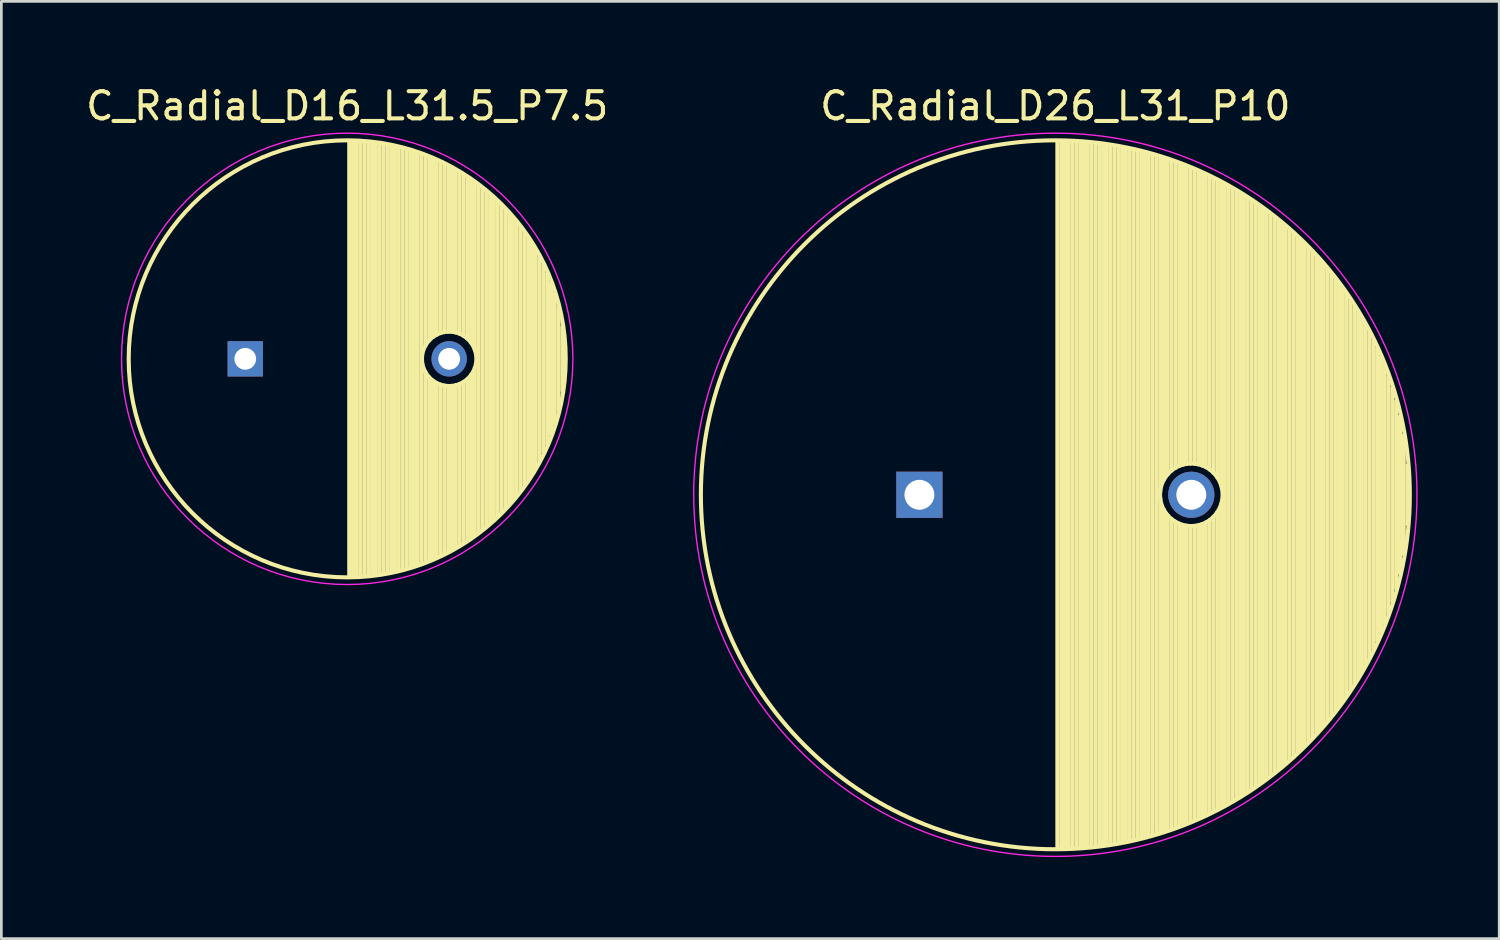
<source format=kicad_pcb>
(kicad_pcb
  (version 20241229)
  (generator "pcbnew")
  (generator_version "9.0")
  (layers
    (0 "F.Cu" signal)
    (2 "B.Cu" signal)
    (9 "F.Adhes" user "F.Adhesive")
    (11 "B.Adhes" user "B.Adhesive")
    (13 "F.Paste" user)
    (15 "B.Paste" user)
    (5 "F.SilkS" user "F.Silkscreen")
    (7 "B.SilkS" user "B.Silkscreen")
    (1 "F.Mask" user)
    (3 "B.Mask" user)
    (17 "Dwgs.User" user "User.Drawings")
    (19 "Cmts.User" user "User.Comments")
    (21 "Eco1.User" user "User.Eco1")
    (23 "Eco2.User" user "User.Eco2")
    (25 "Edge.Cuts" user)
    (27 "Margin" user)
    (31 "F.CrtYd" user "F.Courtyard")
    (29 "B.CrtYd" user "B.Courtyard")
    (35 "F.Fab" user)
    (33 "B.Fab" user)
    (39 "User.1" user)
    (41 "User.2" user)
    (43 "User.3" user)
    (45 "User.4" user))
  (footprint "C_Radial_D16_L31.5_P7.5"
    (layer "F.Cu")
    (at 5.97 10.148)
    (property "Reference" "C_Radial_D16_L31.5_P7.5" (at 3.75 -9.3 0) (layer "F.SilkS") (effects (font (size 1 1) (thickness 0.15))))
    (attr through_hole)
    (fp_line (start 3.825 -8) (end 3.825 8) (stroke (width 0.15) (type solid)) (layer "F.SilkS"))
    (fp_line (start 3.965 -7.997) (end 3.965 7.997) (stroke (width 0.15) (type solid)) (layer "F.SilkS"))
    (fp_line (start 4.105 -7.992) (end 4.105 7.992) (stroke (width 0.15) (type solid)) (layer "F.SilkS"))
    (fp_line (start 4.245 -7.985) (end 4.245 7.985) (stroke (width 0.15) (type solid)) (layer "F.SilkS"))
    (fp_line (start 4.385 -7.975) (end 4.385 7.975) (stroke (width 0.15) (type solid)) (layer "F.SilkS"))
    (fp_line (start 4.525 -7.962) (end 4.525 7.962) (stroke (width 0.15) (type solid)) (layer "F.SilkS"))
    (fp_line (start 4.665 -7.948) (end 4.665 7.948) (stroke (width 0.15) (type solid)) (layer "F.SilkS"))
    (fp_line (start 4.805 -7.93) (end 4.805 7.93) (stroke (width 0.15) (type solid)) (layer "F.SilkS"))
    (fp_line (start 4.945 -7.91) (end 4.945 7.91) (stroke (width 0.15) (type solid)) (layer "F.SilkS"))
    (fp_line (start 5.085 -7.888) (end 5.085 7.888) (stroke (width 0.15) (type solid)) (layer "F.SilkS"))
    (fp_line (start 5.225 -7.863) (end 5.225 7.863) (stroke (width 0.15) (type solid)) (layer "F.SilkS"))
    (fp_line (start 5.365 -7.835) (end 5.365 7.835) (stroke (width 0.15) (type solid)) (layer "F.SilkS"))
    (fp_line (start 5.505 -7.805) (end 5.505 7.805) (stroke (width 0.15) (type solid)) (layer "F.SilkS"))
    (fp_line (start 5.645 -7.772) (end 5.645 7.772) (stroke (width 0.15) (type solid)) (layer "F.SilkS"))
    (fp_line (start 5.785 -7.737) (end 5.785 7.737) (stroke (width 0.15) (type solid)) (layer "F.SilkS"))
    (fp_line (start 5.925 -7.699) (end 5.925 7.699) (stroke (width 0.15) (type solid)) (layer "F.SilkS"))
    (fp_line (start 6.065 -7.658) (end 6.065 7.658) (stroke (width 0.15) (type solid)) (layer "F.SilkS"))
    (fp_line (start 6.205 -7.614) (end 6.205 7.614) (stroke (width 0.15) (type solid)) (layer "F.SilkS"))
    (fp_line (start 6.345 -7.567) (end 6.345 7.567) (stroke (width 0.15) (type solid)) (layer "F.SilkS"))
    (fp_line (start 6.485 -7.518) (end 6.485 7.518) (stroke (width 0.15) (type solid)) (layer "F.SilkS"))
    (fp_line (start 6.625 -7.466) (end 6.625 -0.484) (stroke (width 0.15) (type solid)) (layer "F.SilkS"))
    (fp_line (start 6.625 0.484) (end 6.625 7.466) (stroke (width 0.15) (type solid)) (layer "F.SilkS"))
    (fp_line (start 6.765 -7.41) (end 6.765 -0.678) (stroke (width 0.15) (type solid)) (layer "F.SilkS"))
    (fp_line (start 6.765 0.678) (end 6.765 7.41) (stroke (width 0.15) (type solid)) (layer "F.SilkS"))
    (fp_line (start 6.905 -7.352) (end 6.905 -0.804) (stroke (width 0.15) (type solid)) (layer "F.SilkS"))
    (fp_line (start 6.905 0.804) (end 6.905 7.352) (stroke (width 0.15) (type solid)) (layer "F.SilkS"))
    (fp_line (start 7.045 -7.29) (end 7.045 -0.89) (stroke (width 0.15) (type solid)) (layer "F.SilkS"))
    (fp_line (start 7.045 0.89) (end 7.045 7.29) (stroke (width 0.15) (type solid)) (layer "F.SilkS"))
    (fp_line (start 7.185 -7.225) (end 7.185 -0.949) (stroke (width 0.15) (type solid)) (layer "F.SilkS"))
    (fp_line (start 7.185 0.949) (end 7.185 7.225) (stroke (width 0.15) (type solid)) (layer "F.SilkS"))
    (fp_line (start 7.325 -7.157) (end 7.325 -0.985) (stroke (width 0.15) (type solid)) (layer "F.SilkS"))
    (fp_line (start 7.325 0.985) (end 7.325 7.157) (stroke (width 0.15) (type solid)) (layer "F.SilkS"))
    (fp_line (start 7.465 -7.085) (end 7.465 -0.999) (stroke (width 0.15) (type solid)) (layer "F.SilkS"))
    (fp_line (start 7.465 0.999) (end 7.465 7.085) (stroke (width 0.15) (type solid)) (layer "F.SilkS"))
    (fp_line (start 7.605 -7.01) (end 7.605 -0.994) (stroke (width 0.15) (type solid)) (layer "F.SilkS"))
    (fp_line (start 7.605 0.994) (end 7.605 7.01) (stroke (width 0.15) (type solid)) (layer "F.SilkS"))
    (fp_line (start 7.745 -6.931) (end 7.745 -0.97) (stroke (width 0.15) (type solid)) (layer "F.SilkS"))
    (fp_line (start 7.745 0.97) (end 7.745 6.931) (stroke (width 0.15) (type solid)) (layer "F.SilkS"))
    (fp_line (start 7.885 -6.848) (end 7.885 -0.923) (stroke (width 0.15) (type solid)) (layer "F.SilkS"))
    (fp_line (start 7.885 0.923) (end 7.885 6.848) (stroke (width 0.15) (type solid)) (layer "F.SilkS"))
    (fp_line (start 8.025 -6.762) (end 8.025 -0.851) (stroke (width 0.15) (type solid)) (layer "F.SilkS"))
    (fp_line (start 8.025 0.851) (end 8.025 6.762) (stroke (width 0.15) (type solid)) (layer "F.SilkS"))
    (fp_line (start 8.165 -6.671) (end 8.165 -0.747) (stroke (width 0.15) (type solid)) (layer "F.SilkS"))
    (fp_line (start 8.165 0.747) (end 8.165 6.671) (stroke (width 0.15) (type solid)) (layer "F.SilkS"))
    (fp_line (start 8.305 -6.577) (end 8.305 -0.593) (stroke (width 0.15) (type solid)) (layer "F.SilkS"))
    (fp_line (start 8.305 0.593) (end 8.305 6.577) (stroke (width 0.15) (type solid)) (layer "F.SilkS"))
    (fp_line (start 8.445 -6.477) (end 8.445 -0.327) (stroke (width 0.15) (type solid)) (layer "F.SilkS"))
    (fp_line (start 8.445 0.327) (end 8.445 6.477) (stroke (width 0.15) (type solid)) (layer "F.SilkS"))
    (fp_line (start 8.585 -6.374) (end 8.585 6.374) (stroke (width 0.15) (type solid)) (layer "F.SilkS"))
    (fp_line (start 8.725 -6.265) (end 8.725 6.265) (stroke (width 0.15) (type solid)) (layer "F.SilkS"))
    (fp_line (start 8.865 -6.151) (end 8.865 6.151) (stroke (width 0.15) (type solid)) (layer "F.SilkS"))
    (fp_line (start 9.005 -6.032) (end 9.005 6.032) (stroke (width 0.15) (type solid)) (layer "F.SilkS"))
    (fp_line (start 9.145 -5.907) (end 9.145 5.907) (stroke (width 0.15) (type solid)) (layer "F.SilkS"))
    (fp_line (start 9.285 -5.776) (end 9.285 5.776) (stroke (width 0.15) (type solid)) (layer "F.SilkS"))
    (fp_line (start 9.425 -5.639) (end 9.425 5.639) (stroke (width 0.15) (type solid)) (layer "F.SilkS"))
    (fp_line (start 9.565 -5.494) (end 9.565 5.494) (stroke (width 0.15) (type solid)) (layer "F.SilkS"))
    (fp_line (start 9.705 -5.342) (end 9.705 5.342) (stroke (width 0.15) (type solid)) (layer "F.SilkS"))
    (fp_line (start 9.845 -5.182) (end 9.845 5.182) (stroke (width 0.15) (type solid)) (layer "F.SilkS"))
    (fp_line (start 9.985 -5.012) (end 9.985 5.012) (stroke (width 0.15) (type solid)) (layer "F.SilkS"))
    (fp_line (start 10.125 -4.833) (end 10.125 4.833) (stroke (width 0.15) (type solid)) (layer "F.SilkS"))
    (fp_line (start 10.265 -4.643) (end 10.265 4.643) (stroke (width 0.15) (type solid)) (layer "F.SilkS"))
    (fp_line (start 10.405 -4.44) (end 10.405 4.44) (stroke (width 0.15) (type solid)) (layer "F.SilkS"))
    (fp_line (start 10.545 -4.222) (end 10.545 4.222) (stroke (width 0.15) (type solid)) (layer "F.SilkS"))
    (fp_line (start 10.685 -3.988) (end 10.685 3.988) (stroke (width 0.15) (type solid)) (layer "F.SilkS"))
    (fp_line (start 10.825 -3.734) (end 10.825 3.734) (stroke (width 0.15) (type solid)) (layer "F.SilkS"))
    (fp_line (start 10.965 -3.456) (end 10.965 3.456) (stroke (width 0.15) (type solid)) (layer "F.SilkS"))
    (fp_line (start 11.105 -3.147) (end 11.105 3.147) (stroke (width 0.15) (type solid)) (layer "F.SilkS"))
    (fp_line (start 11.245 -2.797) (end 11.245 2.797) (stroke (width 0.15) (type solid)) (layer "F.SilkS"))
    (fp_line (start 11.385 -2.389) (end 11.385 2.389) (stroke (width 0.15) (type solid)) (layer "F.SilkS"))
    (fp_line (start 11.525 -1.884) (end 11.525 1.884) (stroke (width 0.15) (type solid)) (layer "F.SilkS"))
    (fp_line (start 11.665 -1.163) (end 11.665 1.163) (stroke (width 0.15) (type solid)) (layer "F.SilkS"))
    (fp_circle (center 3.75 0) (end 3.75 -8.037) (stroke (width 0.15) (type solid)) (fill no) (layer "F.SilkS"))
    (fp_circle (center 7.5 0) (end 7.5 -1) (stroke (width 0.15) (type solid)) (fill no) (layer "F.SilkS"))
    (fp_circle (center 3.75 0) (end 3.75 -8.3) (stroke (width 0.05) (type solid)) (fill no) (layer "F.CrtYd"))
    (pad "1" thru_hole rect (at 0 0) (size 1.3 1.3) (drill 0.8) (layers "*.Cu" "*.Mask"))
    (pad "2" thru_hole circle (at 7.5 0) (size 1.3 1.3) (drill 0.8) (layers "*.Cu" "*.Mask")))
  (footprint "C_Radial_D26_L31_P10"
    (layer "F.Cu")
    (at 30.765 15.148)
    (property "Reference" "C_Radial_D26_L31_P10" (at 5 -14.3 0) (layer "F.SilkS") (effects (font (size 1 1) (thickness 0.15))))
    (attr through_hole)
    (fp_line (start 5.075 -13) (end 5.075 13) (stroke (width 0.15) (type solid)) (layer "F.SilkS"))
    (fp_line (start 5.215 -12.998) (end 5.215 12.998) (stroke (width 0.15) (type solid)) (layer "F.SilkS"))
    (fp_line (start 5.355 -12.995) (end 5.355 12.995) (stroke (width 0.15) (type solid)) (layer "F.SilkS"))
    (fp_line (start 5.495 -12.991) (end 5.495 12.991) (stroke (width 0.15) (type solid)) (layer "F.SilkS"))
    (fp_line (start 5.635 -12.984) (end 5.635 12.984) (stroke (width 0.15) (type solid)) (layer "F.SilkS"))
    (fp_line (start 5.775 -12.977) (end 5.775 12.977) (stroke (width 0.15) (type solid)) (layer "F.SilkS"))
    (fp_line (start 5.915 -12.968) (end 5.915 12.968) (stroke (width 0.15) (type solid)) (layer "F.SilkS"))
    (fp_line (start 6.055 -12.957) (end 6.055 12.957) (stroke (width 0.15) (type solid)) (layer "F.SilkS"))
    (fp_line (start 6.195 -12.945) (end 6.195 12.945) (stroke (width 0.15) (type solid)) (layer "F.SilkS"))
    (fp_line (start 6.335 -12.931) (end 6.335 12.931) (stroke (width 0.15) (type solid)) (layer "F.SilkS"))
    (fp_line (start 6.475 -12.916) (end 6.475 12.916) (stroke (width 0.15) (type solid)) (layer "F.SilkS"))
    (fp_line (start 6.615 -12.899) (end 6.615 12.899) (stroke (width 0.15) (type solid)) (layer "F.SilkS"))
    (fp_line (start 6.755 -12.881) (end 6.755 12.881) (stroke (width 0.15) (type solid)) (layer "F.SilkS"))
    (fp_line (start 6.895 -12.861) (end 6.895 12.861) (stroke (width 0.15) (type solid)) (layer "F.SilkS"))
    (fp_line (start 7.035 -12.84) (end 7.035 12.84) (stroke (width 0.15) (type solid)) (layer "F.SilkS"))
    (fp_line (start 7.175 -12.817) (end 7.175 12.817) (stroke (width 0.15) (type solid)) (layer "F.SilkS"))
    (fp_line (start 7.315 -12.792) (end 7.315 12.792) (stroke (width 0.15) (type solid)) (layer "F.SilkS"))
    (fp_line (start 7.455 -12.766) (end 7.455 12.766) (stroke (width 0.15) (type solid)) (layer "F.SilkS"))
    (fp_line (start 7.595 -12.738) (end 7.595 12.738) (stroke (width 0.15) (type solid)) (layer "F.SilkS"))
    (fp_line (start 7.735 -12.709) (end 7.735 12.709) (stroke (width 0.15) (type solid)) (layer "F.SilkS"))
    (fp_line (start 7.875 -12.678) (end 7.875 12.678) (stroke (width 0.15) (type solid)) (layer "F.SilkS"))
    (fp_line (start 8.015 -12.646) (end 8.015 12.646) (stroke (width 0.15) (type solid)) (layer "F.SilkS"))
    (fp_line (start 8.155 -12.611) (end 8.155 12.611) (stroke (width 0.15) (type solid)) (layer "F.SilkS"))
    (fp_line (start 8.295 -12.575) (end 8.295 12.575) (stroke (width 0.15) (type solid)) (layer "F.SilkS"))
    (fp_line (start 8.435 -12.538) (end 8.435 12.538) (stroke (width 0.15) (type solid)) (layer "F.SilkS"))
    (fp_line (start 8.575 -12.499) (end 8.575 12.499) (stroke (width 0.15) (type solid)) (layer "F.SilkS"))
    (fp_line (start 8.715 -12.458) (end 8.715 12.458) (stroke (width 0.15) (type solid)) (layer "F.SilkS"))
    (fp_line (start 8.855 -12.415) (end 8.855 -0.107) (stroke (width 0.15) (type solid)) (layer "F.SilkS"))
    (fp_line (start 8.855 0.107) (end 8.855 12.415) (stroke (width 0.15) (type solid)) (layer "F.SilkS"))
    (fp_line (start 8.995 -12.371) (end 8.995 -0.559) (stroke (width 0.15) (type solid)) (layer "F.SilkS"))
    (fp_line (start 8.995 0.559) (end 8.995 12.371) (stroke (width 0.15) (type solid)) (layer "F.SilkS"))
    (fp_line (start 9.135 -12.325) (end 9.135 -0.758) (stroke (width 0.15) (type solid)) (layer "F.SilkS"))
    (fp_line (start 9.135 0.758) (end 9.135 12.325) (stroke (width 0.15) (type solid)) (layer "F.SilkS"))
    (fp_line (start 9.275 -12.277) (end 9.275 -0.893) (stroke (width 0.15) (type solid)) (layer "F.SilkS"))
    (fp_line (start 9.275 0.893) (end 9.275 12.277) (stroke (width 0.15) (type solid)) (layer "F.SilkS"))
    (fp_line (start 9.415 -12.227) (end 9.415 -0.99) (stroke (width 0.15) (type solid)) (layer "F.SilkS"))
    (fp_line (start 9.415 0.99) (end 9.415 12.227) (stroke (width 0.15) (type solid)) (layer "F.SilkS"))
    (fp_line (start 9.555 -12.176) (end 9.555 -1.06) (stroke (width 0.15) (type solid)) (layer "F.SilkS"))
    (fp_line (start 9.555 1.06) (end 9.555 12.176) (stroke (width 0.15) (type solid)) (layer "F.SilkS"))
    (fp_line (start 9.695 -12.123) (end 9.695 -1.109) (stroke (width 0.15) (type solid)) (layer "F.SilkS"))
    (fp_line (start 9.695 1.109) (end 9.695 12.123) (stroke (width 0.15) (type solid)) (layer "F.SilkS"))
    (fp_line (start 9.835 -12.067) (end 9.835 -1.138) (stroke (width 0.15) (type solid)) (layer "F.SilkS"))
    (fp_line (start 9.835 1.138) (end 9.835 12.067) (stroke (width 0.15) (type solid)) (layer "F.SilkS"))
    (fp_line (start 9.975 -12.01) (end 9.975 -1.15) (stroke (width 0.15) (type solid)) (layer "F.SilkS"))
    (fp_line (start 9.975 1.15) (end 9.975 12.01) (stroke (width 0.15) (type solid)) (layer "F.SilkS"))
    (fp_line (start 10.115 -11.951) (end 10.115 -1.144) (stroke (width 0.15) (type solid)) (layer "F.SilkS"))
    (fp_line (start 10.115 1.144) (end 10.115 11.951) (stroke (width 0.15) (type solid)) (layer "F.SilkS"))
    (fp_line (start 10.255 -11.891) (end 10.255 -1.121) (stroke (width 0.15) (type solid)) (layer "F.SilkS"))
    (fp_line (start 10.255 1.121) (end 10.255 11.891) (stroke (width 0.15) (type solid)) (layer "F.SilkS"))
    (fp_line (start 10.395 -11.828) (end 10.395 -1.08) (stroke (width 0.15) (type solid)) (layer "F.SilkS"))
    (fp_line (start 10.395 1.08) (end 10.395 11.828) (stroke (width 0.15) (type solid)) (layer "F.SilkS"))
    (fp_line (start 10.535 -11.763) (end 10.535 -1.018) (stroke (width 0.15) (type solid)) (layer "F.SilkS"))
    (fp_line (start 10.535 1.018) (end 10.535 11.763) (stroke (width 0.15) (type solid)) (layer "F.SilkS"))
    (fp_line (start 10.675 -11.696) (end 10.675 -0.931) (stroke (width 0.15) (type solid)) (layer "F.SilkS"))
    (fp_line (start 10.675 0.931) (end 10.675 11.696) (stroke (width 0.15) (type solid)) (layer "F.SilkS"))
    (fp_line (start 10.815 -11.627) (end 10.815 -0.811) (stroke (width 0.15) (type solid)) (layer "F.SilkS"))
    (fp_line (start 10.815 0.811) (end 10.815 11.627) (stroke (width 0.15) (type solid)) (layer "F.SilkS"))
    (fp_line (start 10.955 -11.556) (end 10.955 -0.641) (stroke (width 0.15) (type solid)) (layer "F.SilkS"))
    (fp_line (start 10.955 0.641) (end 10.955 11.556) (stroke (width 0.15) (type solid)) (layer "F.SilkS"))
    (fp_line (start 11.095 -11.483) (end 11.095 -0.351) (stroke (width 0.15) (type solid)) (layer "F.SilkS"))
    (fp_line (start 11.095 0.351) (end 11.095 11.483) (stroke (width 0.15) (type solid)) (layer "F.SilkS"))
    (fp_line (start 11.235 -11.407) (end 11.235 11.407) (stroke (width 0.15) (type solid)) (layer "F.SilkS"))
    (fp_line (start 11.375 -11.33) (end 11.375 11.33) (stroke (width 0.15) (type solid)) (layer "F.SilkS"))
    (fp_line (start 11.515 -11.25) (end 11.515 11.25) (stroke (width 0.15) (type solid)) (layer "F.SilkS"))
    (fp_line (start 11.655 -11.167) (end 11.655 11.167) (stroke (width 0.15) (type solid)) (layer "F.SilkS"))
    (fp_line (start 11.795 -11.083) (end 11.795 11.083) (stroke (width 0.15) (type solid)) (layer "F.SilkS"))
    (fp_line (start 11.935 -10.996) (end 11.935 10.996) (stroke (width 0.15) (type solid)) (layer "F.SilkS"))
    (fp_line (start 12.075 -10.906) (end 12.075 10.906) (stroke (width 0.15) (type solid)) (layer "F.SilkS"))
    (fp_line (start 12.215 -10.814) (end 12.215 10.814) (stroke (width 0.15) (type solid)) (layer "F.SilkS"))
    (fp_line (start 12.355 -10.719) (end 12.355 10.719) (stroke (width 0.15) (type solid)) (layer "F.SilkS"))
    (fp_line (start 12.495 -10.622) (end 12.495 10.622) (stroke (width 0.15) (type solid)) (layer "F.SilkS"))
    (fp_line (start 12.635 -10.522) (end 12.635 10.522) (stroke (width 0.15) (type solid)) (layer "F.SilkS"))
    (fp_line (start 12.775 -10.419) (end 12.775 10.419) (stroke (width 0.15) (type solid)) (layer "F.SilkS"))
    (fp_line (start 12.915 -10.313) (end 12.915 10.313) (stroke (width 0.15) (type solid)) (layer "F.SilkS"))
    (fp_line (start 13.055 -10.204) (end 13.055 10.204) (stroke (width 0.15) (type solid)) (layer "F.SilkS"))
    (fp_line (start 13.195 -10.092) (end 13.195 10.092) (stroke (width 0.15) (type solid)) (layer "F.SilkS"))
    (fp_line (start 13.335 -9.976) (end 13.335 9.976) (stroke (width 0.15) (type solid)) (layer "F.SilkS"))
    (fp_line (start 13.475 -9.858) (end 13.475 9.858) (stroke (width 0.15) (type solid)) (layer "F.SilkS"))
    (fp_line (start 13.615 -9.736) (end 13.615 9.736) (stroke (width 0.15) (type solid)) (layer "F.SilkS"))
    (fp_line (start 13.755 -9.61) (end 13.755 9.61) (stroke (width 0.15) (type solid)) (layer "F.SilkS"))
    (fp_line (start 13.895 -9.48) (end 13.895 9.48) (stroke (width 0.15) (type solid)) (layer "F.SilkS"))
    (fp_line (start 14.035 -9.347) (end 14.035 9.347) (stroke (width 0.15) (type solid)) (layer "F.SilkS"))
    (fp_line (start 14.175 -9.21) (end 14.175 9.21) (stroke (width 0.15) (type solid)) (layer "F.SilkS"))
    (fp_line (start 14.315 -9.068) (end 14.315 9.068) (stroke (width 0.15) (type solid)) (layer "F.SilkS"))
    (fp_line (start 14.455 -8.922) (end 14.455 8.922) (stroke (width 0.15) (type solid)) (layer "F.SilkS"))
    (fp_line (start 14.595 -8.771) (end 14.595 8.771) (stroke (width 0.15) (type solid)) (layer "F.SilkS"))
    (fp_line (start 14.735 -8.616) (end 14.735 8.616) (stroke (width 0.15) (type solid)) (layer "F.SilkS"))
    (fp_line (start 14.875 -8.455) (end 14.875 8.455) (stroke (width 0.15) (type solid)) (layer "F.SilkS"))
    (fp_line (start 15.015 -8.289) (end 15.015 8.289) (stroke (width 0.15) (type solid)) (layer "F.SilkS"))
    (fp_line (start 15.155 -8.116) (end 15.155 8.116) (stroke (width 0.15) (type solid)) (layer "F.SilkS"))
    (fp_line (start 15.295 -7.938) (end 15.295 7.938) (stroke (width 0.15) (type solid)) (layer "F.SilkS"))
    (fp_line (start 15.435 -7.753) (end 15.435 7.753) (stroke (width 0.15) (type solid)) (layer "F.SilkS"))
    (fp_line (start 15.575 -7.561) (end 15.575 7.561) (stroke (width 0.15) (type solid)) (layer "F.SilkS"))
    (fp_line (start 15.715 -7.361) (end 15.715 7.361) (stroke (width 0.15) (type solid)) (layer "F.SilkS"))
    (fp_line (start 15.855 -7.153) (end 15.855 7.153) (stroke (width 0.15) (type solid)) (layer "F.SilkS"))
    (fp_line (start 15.995 -6.936) (end 15.995 6.936) (stroke (width 0.15) (type solid)) (layer "F.SilkS"))
    (fp_line (start 16.135 -6.709) (end 16.135 6.709) (stroke (width 0.15) (type solid)) (layer "F.SilkS"))
    (fp_line (start 16.275 -6.471) (end 16.275 6.471) (stroke (width 0.15) (type solid)) (layer "F.SilkS"))
    (fp_line (start 16.415 -6.221) (end 16.415 6.221) (stroke (width 0.15) (type solid)) (layer "F.SilkS"))
    (fp_line (start 16.555 -5.957) (end 16.555 5.957) (stroke (width 0.15) (type solid)) (layer "F.SilkS"))
    (fp_line (start 16.695 -5.677) (end 16.695 5.677) (stroke (width 0.15) (type solid)) (layer "F.SilkS"))
    (fp_line (start 16.835 -5.379) (end 16.835 5.379) (stroke (width 0.15) (type solid)) (layer "F.SilkS"))
    (fp_line (start 16.975 -5.06) (end 16.975 5.06) (stroke (width 0.15) (type solid)) (layer "F.SilkS"))
    (fp_line (start 17.115 -4.715) (end 17.115 4.715) (stroke (width 0.15) (type solid)) (layer "F.SilkS"))
    (fp_line (start 17.255 -4.338) (end 17.255 4.338) (stroke (width 0.15) (type solid)) (layer "F.SilkS"))
    (fp_line (start 17.395 -3.92) (end 17.395 3.92) (stroke (width 0.15) (type solid)) (layer "F.SilkS"))
    (fp_line (start 17.535 -3.446) (end 17.535 3.446) (stroke (width 0.15) (type solid)) (layer "F.SilkS"))
    (fp_line (start 17.675 -2.889) (end 17.675 2.889) (stroke (width 0.15) (type solid)) (layer "F.SilkS"))
    (fp_line (start 17.815 -2.185) (end 17.815 2.185) (stroke (width 0.15) (type solid)) (layer "F.SilkS"))
    (fp_line (start 17.955 -1.081) (end 17.955 1.081) (stroke (width 0.15) (type solid)) (layer "F.SilkS"))
    (fp_circle (center 5 0) (end 5 -13.037) (stroke (width 0.15) (type solid)) (fill no) (layer "F.SilkS"))
    (fp_circle (center 10 0) (end 10 -1.15) (stroke (width 0.15) (type solid)) (fill no) (layer "F.SilkS"))
    (fp_circle (center 5 0) (end 5 -13.3) (stroke (width 0.05) (type solid)) (fill no) (layer "F.CrtYd"))
    (pad "1" thru_hole rect (at 0 0) (size 1.7 1.7) (drill 1.1) (layers "*.Cu" "*.Mask"))
    (pad "2" thru_hole circle (at 10 0) (size 1.7 1.7) (drill 1.1) (layers "*.Cu" "*.Mask")))
  (gr_rect
    (start -3 -3)
    (end 52.09 31.473)
    (stroke (width 0.1) (type default))
    (fill no)
    (layer "Edge.Cuts")))
</source>
